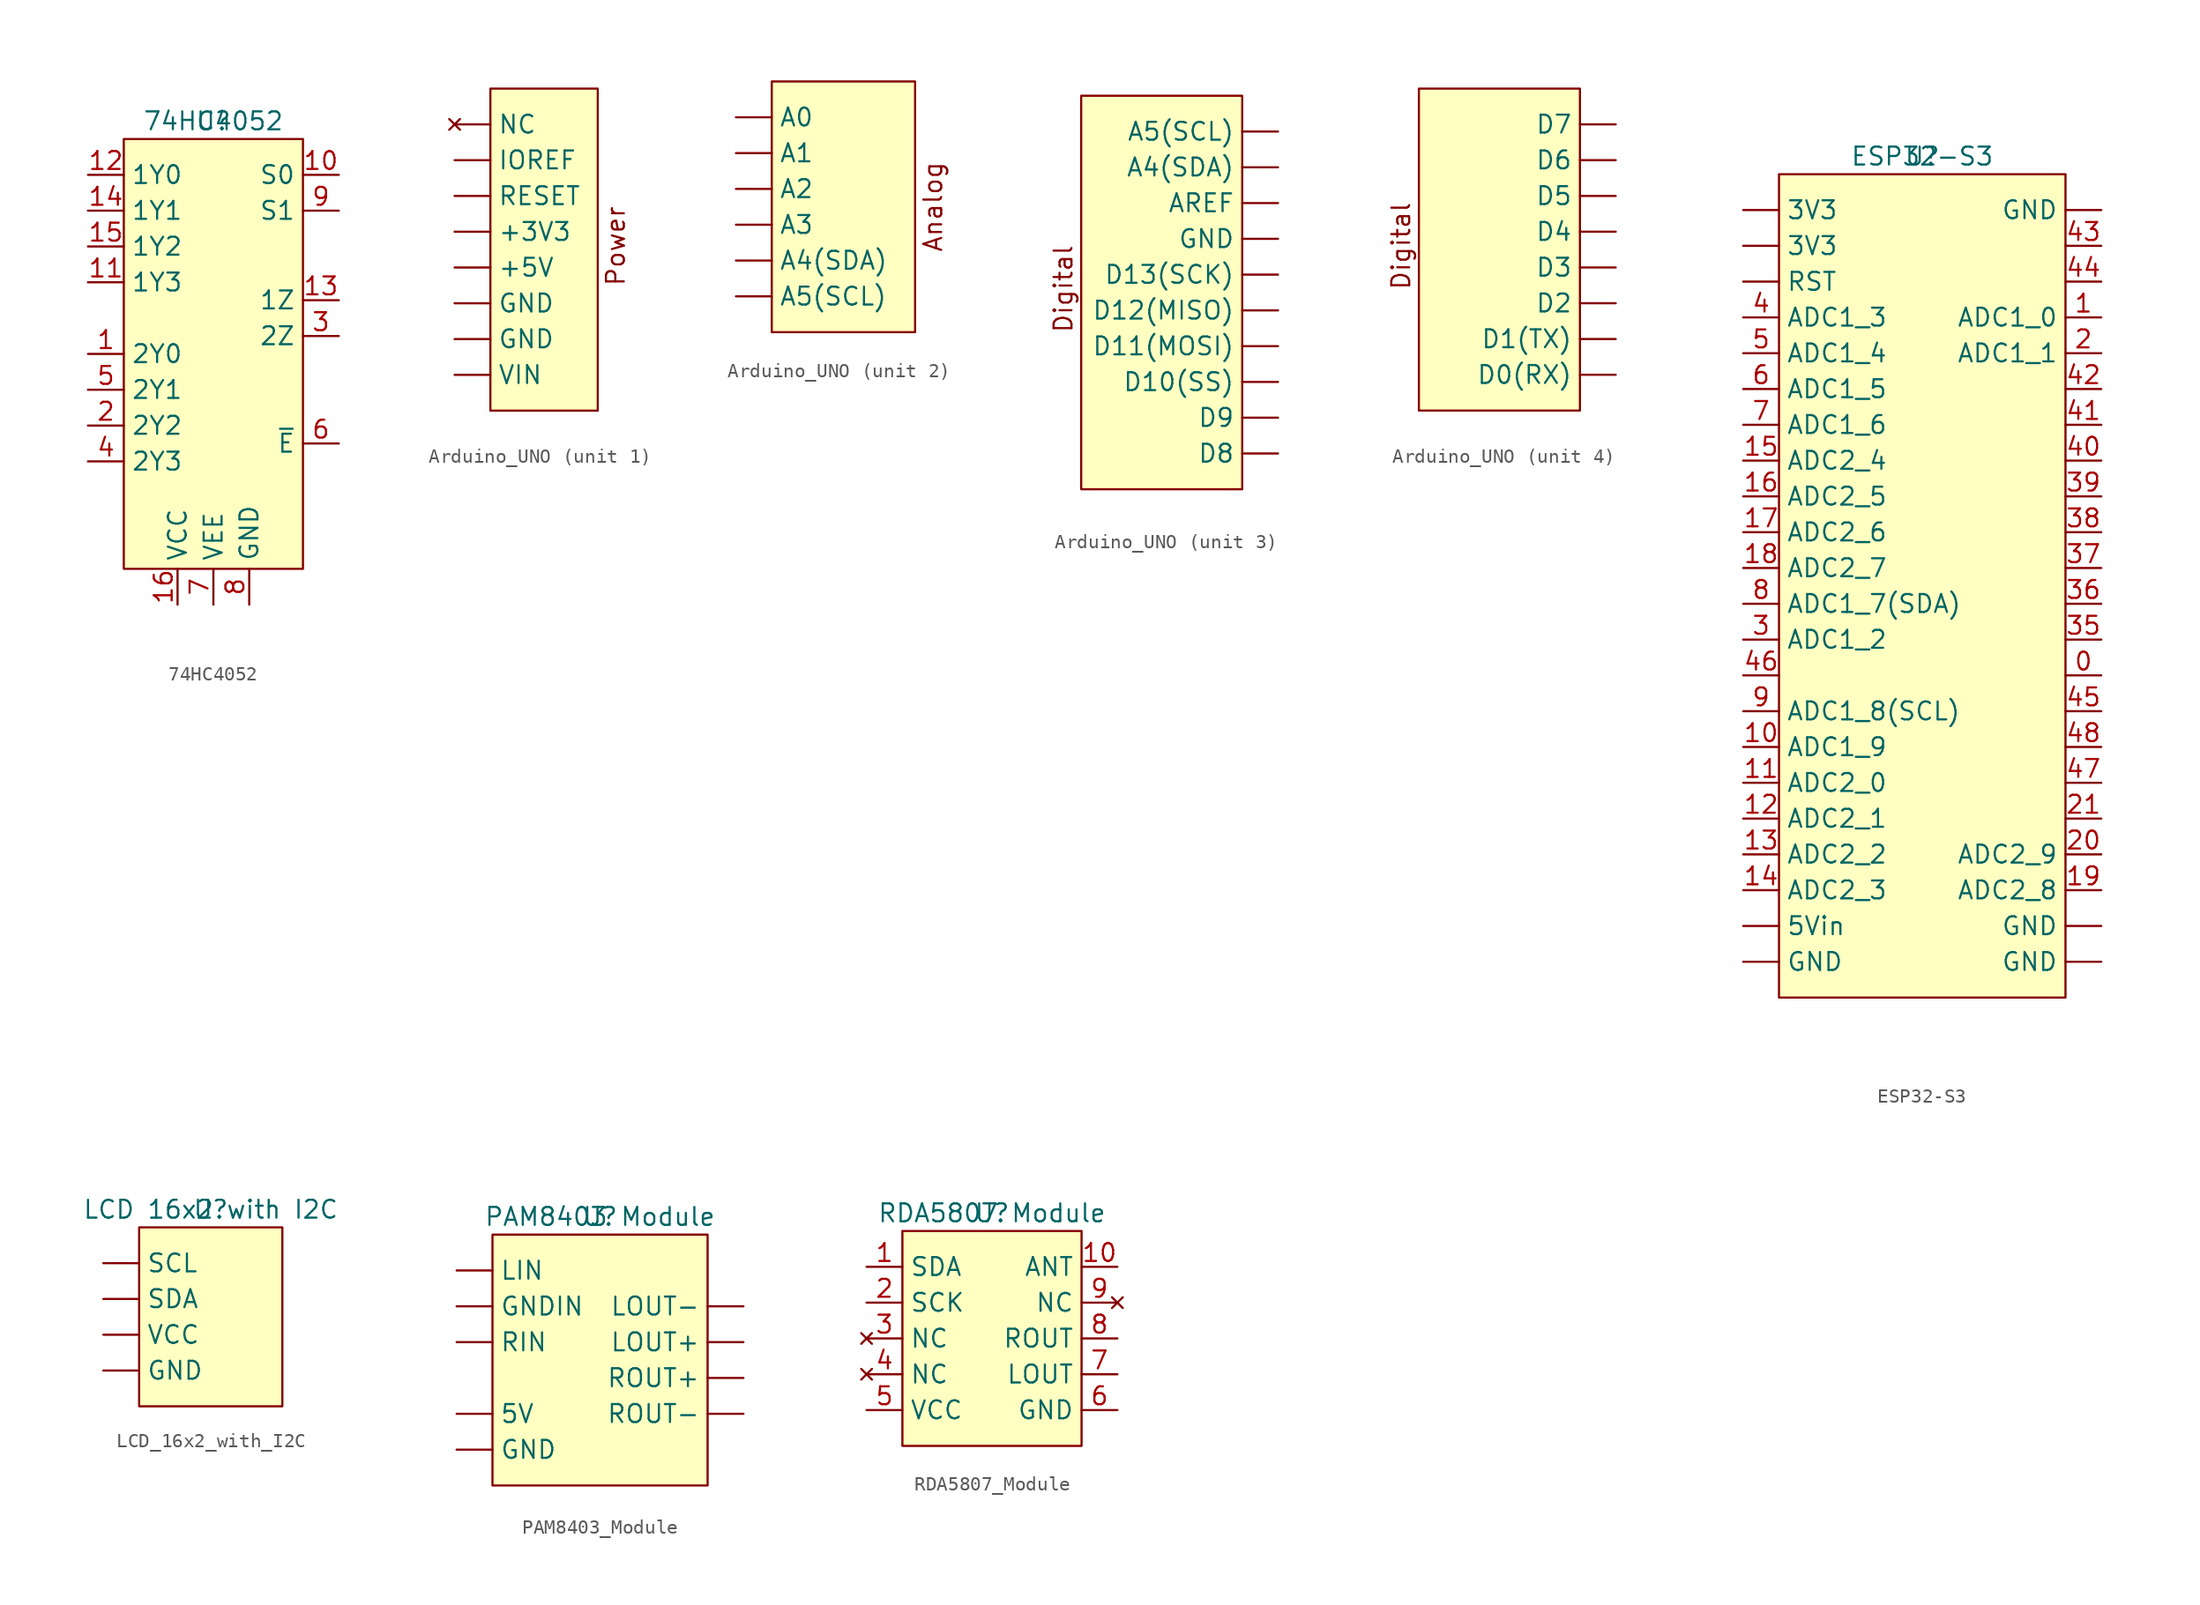
<source format=kicad_sym>
(kicad_symbol_lib
  (version 20231120)
  (generator "kicad_symbol_editor")
  (generator_version "8.0")
  (symbol "74HC4052"
    (property "Reference" "U"
      (at 0 0 0)
      (effects (font (size 1.27 1.27))))
    (property "Value" "74HC4052"
      (at 0 0 0)
      (effects (font (size 1.27 1.27))))
    (symbol "74HC4052_0_1"
      (rectangle (start -6.35 -1.27) (end 6.35 -31.75) (stroke (width 0) (type default)) (fill (type background))))
    (symbol "74HC4052_1_1"
      (pin bidirectional line (at -8.89 -16.51 0) (length 2.54) (name "2Y0" (effects (font (size 1.27 1.27)))) (number "1" (effects (font (size 1.27 1.27)))))
      (pin input line (at 8.89 -3.81 180) (length 2.54) (name "S0" (effects (font (size 1.27 1.27)))) (number "10" (effects (font (size 1.27 1.27)))))
      (pin bidirectional line (at -8.89 -11.43 0) (length 2.54) (name "1Y3" (effects (font (size 1.27 1.27)))) (number "11" (effects (font (size 1.27 1.27)))))
      (pin bidirectional line (at -8.89 -3.81 0) (length 2.54) (name "1Y0" (effects (font (size 1.27 1.27)))) (number "12" (effects (font (size 1.27 1.27)))))
      (pin bidirectional line (at 8.89 -12.7 180) (length 2.54) (name "1Z" (effects (font (size 1.27 1.27)))) (number "13" (effects (font (size 1.27 1.27)))))
      (pin bidirectional line (at -8.89 -6.35 0) (length 2.54) (name "1Y1" (effects (font (size 1.27 1.27)))) (number "14" (effects (font (size 1.27 1.27)))))
      (pin bidirectional line (at -8.89 -8.89 0) (length 2.54) (name "1Y2" (effects (font (size 1.27 1.27)))) (number "15" (effects (font (size 1.27 1.27)))))
      (pin power_in line (at -2.54 -34.29 90) (length 2.54) (name "VCC" (effects (font (size 1.27 1.27)))) (number "16" (effects (font (size 1.27 1.27)))))
      (pin bidirectional line (at -8.89 -21.59 0) (length 2.54) (name "2Y2" (effects (font (size 1.27 1.27)))) (number "2" (effects (font (size 1.27 1.27)))))
      (pin bidirectional line (at 8.89 -15.24 180) (length 2.54) (name "2Z" (effects (font (size 1.27 1.27)))) (number "3" (effects (font (size 1.27 1.27)))))
      (pin bidirectional line (at -8.89 -24.13 0) (length 2.54) (name "2Y3" (effects (font (size 1.27 1.27)))) (number "4" (effects (font (size 1.27 1.27)))))
      (pin bidirectional line (at -8.89 -19.05 0) (length 2.54) (name "2Y1" (effects (font (size 1.27 1.27)))) (number "5" (effects (font (size 1.27 1.27)))))
      (pin input line (at 8.89 -22.86 180) (length 2.54) (name "~{E}" (effects (font (size 1.27 1.27)))) (number "6" (effects (font (size 1.27 1.27)))))
      (pin power_in line (at 0 -34.29 90) (length 2.54) (name "VEE" (effects (font (size 1.27 1.27)))) (number "7" (effects (font (size 1.27 1.27)))))
      (pin power_in line (at 2.54 -34.29 90) (length 2.54) (name "GND" (effects (font (size 1.27 1.27)))) (number "8" (effects (font (size 1.27 1.27)))))
      (pin input line (at 8.89 -6.35 180) (length 2.54) (name "S1" (effects (font (size 1.27 1.27)))) (number "9" (effects (font (size 1.27 1.27)))))))
  (symbol "Arduino_UNO"
    (property "Reference" "U"
      (at 0 9.144 0)
      (effects (font (size 1.27 1.27)) (hide yes)))
    (property "ki_locked" ""
      (at 0 0 0)
      (effects (font (size 1.27 1.27))))
    (symbol "Arduino_UNO_1_1"
      (rectangle (start -3.81 8.89) (end 3.81 -13.97) (stroke (width 0) (type default)) (fill (type background)))
      (text "Power" (at 5.08 -2.286 900) (effects (font (size 1.27 1.27))))
      (pin power_out line (at -6.35 -1.27 0) (length 2.54) (name "+3V3" (effects (font (size 1.27 1.27)))) (number "" (effects (font (size 1.27 1.27)))))
      (pin power_out line (at -6.35 -3.81 0) (length 2.54) (name "+5V" (effects (font (size 1.27 1.27)))) (number "" (effects (font (size 1.27 1.27)))))
      (pin power_out line (at -6.35 -8.89 0) (length 2.54) (name "GND" (effects (font (size 1.27 1.27)))) (number "" (effects (font (size 1.27 1.27)))))
      (pin power_out line (at -6.35 -6.35 0) (length 2.54) (name "GND" (effects (font (size 1.27 1.27)))) (number "" (effects (font (size 1.27 1.27)))))
      (pin bidirectional line (at -6.35 3.81 0) (length 2.54) (name "IOREF" (effects (font (size 1.27 1.27)))) (number "" (effects (font (size 1.27 1.27)))))
      (pin no_connect line (at -6.35 6.35 0) (length 2.54) (name "NC" (effects (font (size 1.27 1.27)))) (number "" (effects (font (size 1.27 1.27)))))
      (pin bidirectional line (at -6.35 1.27 0) (length 2.54) (name "RESET" (effects (font (size 1.27 1.27)))) (number "" (effects (font (size 1.27 1.27)))))
      (pin power_in line (at -6.35 -11.43 0) (length 2.54) (name "VIN" (effects (font (size 1.27 1.27)))) (number "" (effects (font (size 1.27 1.27))))))
    (symbol "Arduino_UNO_2_1"
      (rectangle (start -5.08 8.89) (end 5.08 -8.89) (stroke (width 0) (type default)) (fill (type background)))
      (text "Analog" (at 6.35 0 900) (effects (font (size 1.27 1.27))))
      (pin bidirectional line (at -7.62 6.35 0) (length 2.54) (name "A0" (effects (font (size 1.27 1.27)))) (number "" (effects (font (size 1.27 1.27)))))
      (pin bidirectional line (at -7.62 3.81 0) (length 2.54) (name "A1" (effects (font (size 1.27 1.27)))) (number "" (effects (font (size 1.27 1.27)))))
      (pin bidirectional line (at -7.62 1.27 0) (length 2.54) (name "A2" (effects (font (size 1.27 1.27)))) (number "" (effects (font (size 1.27 1.27)))))
      (pin bidirectional line (at -7.62 -1.27 0) (length 2.54) (name "A3" (effects (font (size 1.27 1.27)))) (number "" (effects (font (size 1.27 1.27)))))
      (pin bidirectional line (at -7.62 -3.81 0) (length 2.54) (name "A4(SDA)" (effects (font (size 1.27 1.27)))) (number "" (effects (font (size 1.27 1.27)))))
      (pin bidirectional line (at -7.62 -6.35 0) (length 2.54) (name "A5(SCL)" (effects (font (size 1.27 1.27)))) (number "" (effects (font (size 1.27 1.27))))))
    (symbol "Arduino_UNO_3_1"
      (rectangle (start -5.08 8.89) (end 6.35 -19.05) (stroke (width 0) (type default)) (fill (type background)))
      (text "Digital" (at -6.35 -4.826 900) (effects (font (size 1.27 1.27))))
      (pin bidirectional line (at 8.89 3.81 180) (length 2.54) (name "A4(SDA)" (effects (font (size 1.27 1.27)))) (number "" (effects (font (size 1.27 1.27)))))
      (pin bidirectional line (at 8.89 6.35 180) (length 2.54) (name "A5(SCL)" (effects (font (size 1.27 1.27)))) (number "" (effects (font (size 1.27 1.27)))))
      (pin bidirectional line (at 8.89 1.27 180) (length 2.54) (name "AREF" (effects (font (size 1.27 1.27)))) (number "" (effects (font (size 1.27 1.27)))))
      (pin bidirectional line (at 8.89 -11.43 180) (length 2.54) (name "D10(SS)" (effects (font (size 1.27 1.27)))) (number "" (effects (font (size 1.27 1.27)))))
      (pin bidirectional line (at 8.89 -8.89 180) (length 2.54) (name "D11(MOSI)" (effects (font (size 1.27 1.27)))) (number "" (effects (font (size 1.27 1.27)))))
      (pin bidirectional line (at 8.89 -6.35 180) (length 2.54) (name "D12(MISO)" (effects (font (size 1.27 1.27)))) (number "" (effects (font (size 1.27 1.27)))))
      (pin bidirectional line (at 8.89 -3.81 180) (length 2.54) (name "D13(SCK)" (effects (font (size 1.27 1.27)))) (number "" (effects (font (size 1.27 1.27)))))
      (pin bidirectional line (at 8.89 -16.51 180) (length 2.54) (name "D8" (effects (font (size 1.27 1.27)))) (number "" (effects (font (size 1.27 1.27)))))
      (pin bidirectional line (at 8.89 -13.97 180) (length 2.54) (name "D9" (effects (font (size 1.27 1.27)))) (number "" (effects (font (size 1.27 1.27)))))
      (pin power_out line (at 8.89 -1.27 180) (length 2.54) (name "GND" (effects (font (size 1.27 1.27)))) (number "" (effects (font (size 1.27 1.27))))))
    (symbol "Arduino_UNO_4_1"
      (rectangle (start -5.08 8.89) (end 6.35 -13.97) (stroke (width 0) (type default)) (fill (type background)))
      (text "Digital" (at -6.35 -2.286 900) (effects (font (size 1.27 1.27))))
      (pin bidirectional line (at 8.89 -11.43 180) (length 2.54) (name "D0(RX)" (effects (font (size 1.27 1.27)))) (number "" (effects (font (size 1.27 1.27)))))
      (pin bidirectional line (at 8.89 -8.89 180) (length 2.54) (name "D1(TX)" (effects (font (size 1.27 1.27)))) (number "" (effects (font (size 1.27 1.27)))))
      (pin bidirectional line (at 8.89 -6.35 180) (length 2.54) (name "D2" (effects (font (size 1.27 1.27)))) (number "" (effects (font (size 1.27 1.27)))))
      (pin bidirectional line (at 8.89 -3.81 180) (length 2.54) (name "D3" (effects (font (size 1.27 1.27)))) (number "" (effects (font (size 1.27 1.27)))))
      (pin bidirectional line (at 8.89 -1.27 180) (length 2.54) (name "D4" (effects (font (size 1.27 1.27)))) (number "" (effects (font (size 1.27 1.27)))))
      (pin bidirectional line (at 8.89 1.27 180) (length 2.54) (name "D5" (effects (font (size 1.27 1.27)))) (number "" (effects (font (size 1.27 1.27)))))
      (pin bidirectional line (at 8.89 3.81 180) (length 2.54) (name "D6" (effects (font (size 1.27 1.27)))) (number "" (effects (font (size 1.27 1.27)))))
      (pin bidirectional line (at 8.89 6.35 180) (length 2.54) (name "D7" (effects (font (size 1.27 1.27)))) (number "" (effects (font (size 1.27 1.27)))))))
  (symbol "ESP32-S3"
    (property "Reference" "U"
      (at 0 0 0)
      (effects (font (size 1.27 1.27))))
    (property "Value" "ESP32-S3"
      (at 0 0 0)
      (effects (font (size 1.27 1.27))))
    (symbol "ESP32-S3_0_1"
      (rectangle (start -10.16 -1.27) (end 10.16 -59.69) (stroke (width 0) (type default)) (fill (type background))))
    (symbol "ESP32-S3_1_1"
      (pin power_out line (at -12.7 -6.35 0) (length 2.54) (name "3V3" (effects (font (size 1.27 1.27)))) (number "" (effects (font (size 1.27 1.27)))))
      (pin power_out line (at -12.7 -3.81 0) (length 2.54) (name "3V3" (effects (font (size 1.27 1.27)))) (number "" (effects (font (size 1.27 1.27)))))
      (pin power_in line (at -12.7 -54.61 0) (length 2.54) (name "5Vin" (effects (font (size 1.27 1.27)))) (number "" (effects (font (size 1.27 1.27)))))
      (pin power_out line (at -12.7 -57.15 0) (length 2.54) (name "GND" (effects (font (size 1.27 1.27)))) (number "" (effects (font (size 1.27 1.27)))))
      (pin power_out line (at 12.7 -57.15 180) (length 2.54) (name "GND" (effects (font (size 1.27 1.27)))) (number "" (effects (font (size 1.27 1.27)))))
      (pin power_out line (at 12.7 -54.61 180) (length 2.54) (name "GND" (effects (font (size 1.27 1.27)))) (number "" (effects (font (size 1.27 1.27)))))
      (pin power_out line (at 12.7 -3.81 180) (length 2.54) (name "GND" (effects (font (size 1.27 1.27)))) (number "" (effects (font (size 1.27 1.27)))))
      (pin input line (at -12.7 -8.89 0) (length 2.54) (name "RST" (effects (font (size 1.27 1.27)))) (number "" (effects (font (size 1.27 1.27)))))
      (pin bidirectional line (at 12.7 -36.83 180) (length 2.54) (name "" (effects (font (size 1.27 1.27)))) (number "0" (effects (font (size 1.27 1.27)))))
      (pin bidirectional line (at 12.7 -11.43 180) (length 2.54) (name "ADC1_0" (effects (font (size 1.27 1.27)))) (number "1" (effects (font (size 1.27 1.27)))))
      (pin bidirectional line (at -12.7 -41.91 0) (length 2.54) (name "ADC1_9" (effects (font (size 1.27 1.27)))) (number "10" (effects (font (size 1.27 1.27)))))
      (pin bidirectional line (at -12.7 -44.45 0) (length 2.54) (name "ADC2_0" (effects (font (size 1.27 1.27)))) (number "11" (effects (font (size 1.27 1.27)))))
      (pin bidirectional line (at -12.7 -46.99 0) (length 2.54) (name "ADC2_1" (effects (font (size 1.27 1.27)))) (number "12" (effects (font (size 1.27 1.27)))))
      (pin bidirectional line (at -12.7 -49.53 0) (length 2.54) (name "ADC2_2" (effects (font (size 1.27 1.27)))) (number "13" (effects (font (size 1.27 1.27)))))
      (pin bidirectional line (at -12.7 -52.07 0) (length 2.54) (name "ADC2_3" (effects (font (size 1.27 1.27)))) (number "14" (effects (font (size 1.27 1.27)))))
      (pin bidirectional line (at -12.7 -21.59 0) (length 2.54) (name "ADC2_4" (effects (font (size 1.27 1.27)))) (number "15" (effects (font (size 1.27 1.27)))))
      (pin bidirectional line (at -12.7 -24.13 0) (length 2.54) (name "ADC2_5" (effects (font (size 1.27 1.27)))) (number "16" (effects (font (size 1.27 1.27)))))
      (pin bidirectional line (at -12.7 -26.67 0) (length 2.54) (name "ADC2_6" (effects (font (size 1.27 1.27)))) (number "17" (effects (font (size 1.27 1.27)))))
      (pin bidirectional line (at -12.7 -29.21 0) (length 2.54) (name "ADC2_7" (effects (font (size 1.27 1.27)))) (number "18" (effects (font (size 1.27 1.27)))))
      (pin bidirectional line (at 12.7 -52.07 180) (length 2.54) (name "ADC2_8" (effects (font (size 1.27 1.27)))) (number "19" (effects (font (size 1.27 1.27)))))
      (pin bidirectional line (at 12.7 -13.97 180) (length 2.54) (name "ADC1_1" (effects (font (size 1.27 1.27)))) (number "2" (effects (font (size 1.27 1.27)))))
      (pin bidirectional line (at 12.7 -49.53 180) (length 2.54) (name "ADC2_9" (effects (font (size 1.27 1.27)))) (number "20" (effects (font (size 1.27 1.27)))))
      (pin bidirectional line (at 12.7 -46.99 180) (length 2.54) (name "" (effects (font (size 1.27 1.27)))) (number "21" (effects (font (size 1.27 1.27)))))
      (pin bidirectional line (at -12.7 -34.29 0) (length 2.54) (name "ADC1_2" (effects (font (size 1.27 1.27)))) (number "3" (effects (font (size 1.27 1.27)))))
      (pin bidirectional line (at 12.7 -34.29 180) (length 2.54) (name "" (effects (font (size 1.27 1.27)))) (number "35" (effects (font (size 1.27 1.27)))))
      (pin bidirectional line (at 12.7 -31.75 180) (length 2.54) (name "" (effects (font (size 1.27 1.27)))) (number "36" (effects (font (size 1.27 1.27)))))
      (pin bidirectional line (at 12.7 -29.21 180) (length 2.54) (name "" (effects (font (size 1.27 1.27)))) (number "37" (effects (font (size 1.27 1.27)))))
      (pin bidirectional line (at 12.7 -26.67 180) (length 2.54) (name "" (effects (font (size 1.27 1.27)))) (number "38" (effects (font (size 1.27 1.27)))))
      (pin bidirectional line (at 12.7 -24.13 180) (length 2.54) (name "" (effects (font (size 1.27 1.27)))) (number "39" (effects (font (size 1.27 1.27)))))
      (pin bidirectional line (at -12.7 -11.43 0) (length 2.54) (name "ADC1_3" (effects (font (size 1.27 1.27)))) (number "4" (effects (font (size 1.27 1.27)))))
      (pin bidirectional line (at 12.7 -21.59 180) (length 2.54) (name "" (effects (font (size 1.27 1.27)))) (number "40" (effects (font (size 1.27 1.27)))))
      (pin bidirectional line (at 12.7 -19.05 180) (length 2.54) (name "" (effects (font (size 1.27 1.27)))) (number "41" (effects (font (size 1.27 1.27)))))
      (pin bidirectional line (at 12.7 -16.51 180) (length 2.54) (name "" (effects (font (size 1.27 1.27)))) (number "42" (effects (font (size 1.27 1.27)))))
      (pin bidirectional line (at 12.7 -6.35 180) (length 2.54) (name "" (effects (font (size 1.27 1.27)))) (number "43" (effects (font (size 1.27 1.27)))))
      (pin bidirectional line (at 12.7 -8.89 180) (length 2.54) (name "" (effects (font (size 1.27 1.27)))) (number "44" (effects (font (size 1.27 1.27)))))
      (pin bidirectional line (at 12.7 -39.37 180) (length 2.54) (name "" (effects (font (size 1.27 1.27)))) (number "45" (effects (font (size 1.27 1.27)))))
      (pin bidirectional line (at -12.7 -36.83 0) (length 2.54) (name "" (effects (font (size 1.27 1.27)))) (number "46" (effects (font (size 1.27 1.27)))))
      (pin bidirectional line (at 12.7 -44.45 180) (length 2.54) (name "" (effects (font (size 1.27 1.27)))) (number "47" (effects (font (size 1.27 1.27)))))
      (pin bidirectional line (at 12.7 -41.91 180) (length 2.54) (name "" (effects (font (size 1.27 1.27)))) (number "48" (effects (font (size 1.27 1.27)))))
      (pin bidirectional line (at -12.7 -13.97 0) (length 2.54) (name "ADC1_4" (effects (font (size 1.27 1.27)))) (number "5" (effects (font (size 1.27 1.27)))))
      (pin bidirectional line (at -12.7 -16.51 0) (length 2.54) (name "ADC1_5" (effects (font (size 1.27 1.27)))) (number "6" (effects (font (size 1.27 1.27)))))
      (pin bidirectional line (at -12.7 -19.05 0) (length 2.54) (name "ADC1_6" (effects (font (size 1.27 1.27)))) (number "7" (effects (font (size 1.27 1.27)))))
      (pin bidirectional line (at -12.7 -31.75 0) (length 2.54) (name "ADC1_7(SDA)" (effects (font (size 1.27 1.27)))) (number "8" (effects (font (size 1.27 1.27)))))
      (pin bidirectional line (at -12.7 -39.37 0) (length 2.54) (name "ADC1_8(SCL)" (effects (font (size 1.27 1.27)))) (number "9" (effects (font (size 1.27 1.27)))))))
  (symbol "LCD_16x2_with_I2C"
    (property "Reference" "U"
      (at 0 0 0)
      (effects (font (size 1.27 1.27))))
    (property "Value" "LCD 16x2 with I2C"
      (at 0 0 0)
      (effects (font (size 1.27 1.27))))
    (symbol "LCD_16x2_with_I2C_0_1"
      (rectangle (start -5.08 -1.27) (end 5.08 -13.97) (stroke (width 0) (type default)) (fill (type background))))
    (symbol "LCD_16x2_with_I2C_1_1"
      (pin power_in line (at -7.62 -11.43 0) (length 2.54) (name "GND" (effects (font (size 1.27 1.27)))) (number "" (effects (font (size 1.27 1.27)))))
      (pin input line (at -7.62 -3.81 0) (length 2.54) (name "SCL" (effects (font (size 1.27 1.27)))) (number "" (effects (font (size 1.27 1.27)))))
      (pin bidirectional line (at -7.62 -6.35 0) (length 2.54) (name "SDA" (effects (font (size 1.27 1.27)))) (number "" (effects (font (size 1.27 1.27)))))
      (pin power_in line (at -7.62 -8.89 0) (length 2.54) (name "VCC" (effects (font (size 1.27 1.27)))) (number "" (effects (font (size 1.27 1.27)))))))
  (symbol "PAM8403_Module"
    (property "Reference" "U"
      (at 0 0 0)
      (effects (font (size 1.27 1.27))))
    (property "Value" "PAM8403 Module"
      (at 0 0 0)
      (effects (font (size 1.27 1.27))))
    (symbol "PAM8403_Module_0_1"
      (rectangle (start -7.62 -1.27) (end 7.62 -19.05) (stroke (width 0) (type default)) (fill (type background))))
    (symbol "PAM8403_Module_1_1"
      (pin power_in line (at -10.16 -13.97 0) (length 2.54) (name "5V" (effects (font (size 1.27 1.27)))) (number "" (effects (font (size 1.27 1.27)))))
      (pin power_in line (at -10.16 -16.51 0) (length 2.54) (name "GND" (effects (font (size 1.27 1.27)))) (number "" (effects (font (size 1.27 1.27)))))
      (pin input line (at -10.16 -6.35 0) (length 2.54) (name "GNDIN" (effects (font (size 1.27 1.27)))) (number "" (effects (font (size 1.27 1.27)))))
      (pin input line (at -10.16 -3.81 0) (length 2.54) (name "LIN" (effects (font (size 1.27 1.27)))) (number "" (effects (font (size 1.27 1.27)))))
      (pin output line (at 10.16 -8.89 180) (length 2.54) (name "LOUT+" (effects (font (size 1.27 1.27)))) (number "" (effects (font (size 1.27 1.27)))))
      (pin output line (at 10.16 -6.35 180) (length 2.54) (name "LOUT-" (effects (font (size 1.27 1.27)))) (number "" (effects (font (size 1.27 1.27)))))
      (pin input line (at -10.16 -8.89 0) (length 2.54) (name "RIN" (effects (font (size 1.27 1.27)))) (number "" (effects (font (size 1.27 1.27)))))
      (pin output line (at 10.16 -11.43 180) (length 2.54) (name "ROUT+" (effects (font (size 1.27 1.27)))) (number "" (effects (font (size 1.27 1.27)))))
      (pin output line (at 10.16 -13.97 180) (length 2.54) (name "ROUT-" (effects (font (size 1.27 1.27)))) (number "" (effects (font (size 1.27 1.27)))))))
  (symbol "RDA5807_Module"
    (property "Reference" "U"
      (at 0 0 0)
      (effects (font (size 1.27 1.27))))
    (property "Value" "RDA5807 Module"
      (at 0 0 0)
      (effects (font (size 1.27 1.27))))
    (symbol "RDA5807_Module_0_1"
      (rectangle (start -6.35 -1.27) (end 6.35 -16.51) (stroke (width 0) (type default)) (fill (type background))))
    (symbol "RDA5807_Module_1_1"
      (pin bidirectional line (at -8.89 -3.81 0) (length 2.54) (name "SDA" (effects (font (size 1.27 1.27)))) (number "1" (effects (font (size 1.27 1.27)))))
      (pin input line (at 8.89 -3.81 180) (length 2.54) (name "ANT" (effects (font (size 1.27 1.27)))) (number "10" (effects (font (size 1.27 1.27)))))
      (pin bidirectional line (at -8.89 -6.35 0) (length 2.54) (name "SCK" (effects (font (size 1.27 1.27)))) (number "2" (effects (font (size 1.27 1.27)))))
      (pin no_connect line (at -8.89 -8.89 0) (length 2.54) (name "NC" (effects (font (size 1.27 1.27)))) (number "3" (effects (font (size 1.27 1.27)))))
      (pin no_connect line (at -8.89 -11.43 0) (length 2.54) (name "NC" (effects (font (size 1.27 1.27)))) (number "4" (effects (font (size 1.27 1.27)))))
      (pin power_in line (at -8.89 -13.97 0) (length 2.54) (name "VCC" (effects (font (size 1.27 1.27)))) (number "5" (effects (font (size 1.27 1.27)))))
      (pin power_in line (at 8.89 -13.97 180) (length 2.54) (name "GND" (effects (font (size 1.27 1.27)))) (number "6" (effects (font (size 1.27 1.27)))))
      (pin output line (at 8.89 -11.43 180) (length 2.54) (name "LOUT" (effects (font (size 1.27 1.27)))) (number "7" (effects (font (size 1.27 1.27)))))
      (pin output line (at 8.89 -8.89 180) (length 2.54) (name "ROUT" (effects (font (size 1.27 1.27)))) (number "8" (effects (font (size 1.27 1.27)))))
      (pin no_connect line (at 8.89 -6.35 180) (length 2.54) (name "NC" (effects (font (size 1.27 1.27)))) (number "9" (effects (font (size 1.27 1.27))))))))
</source>
